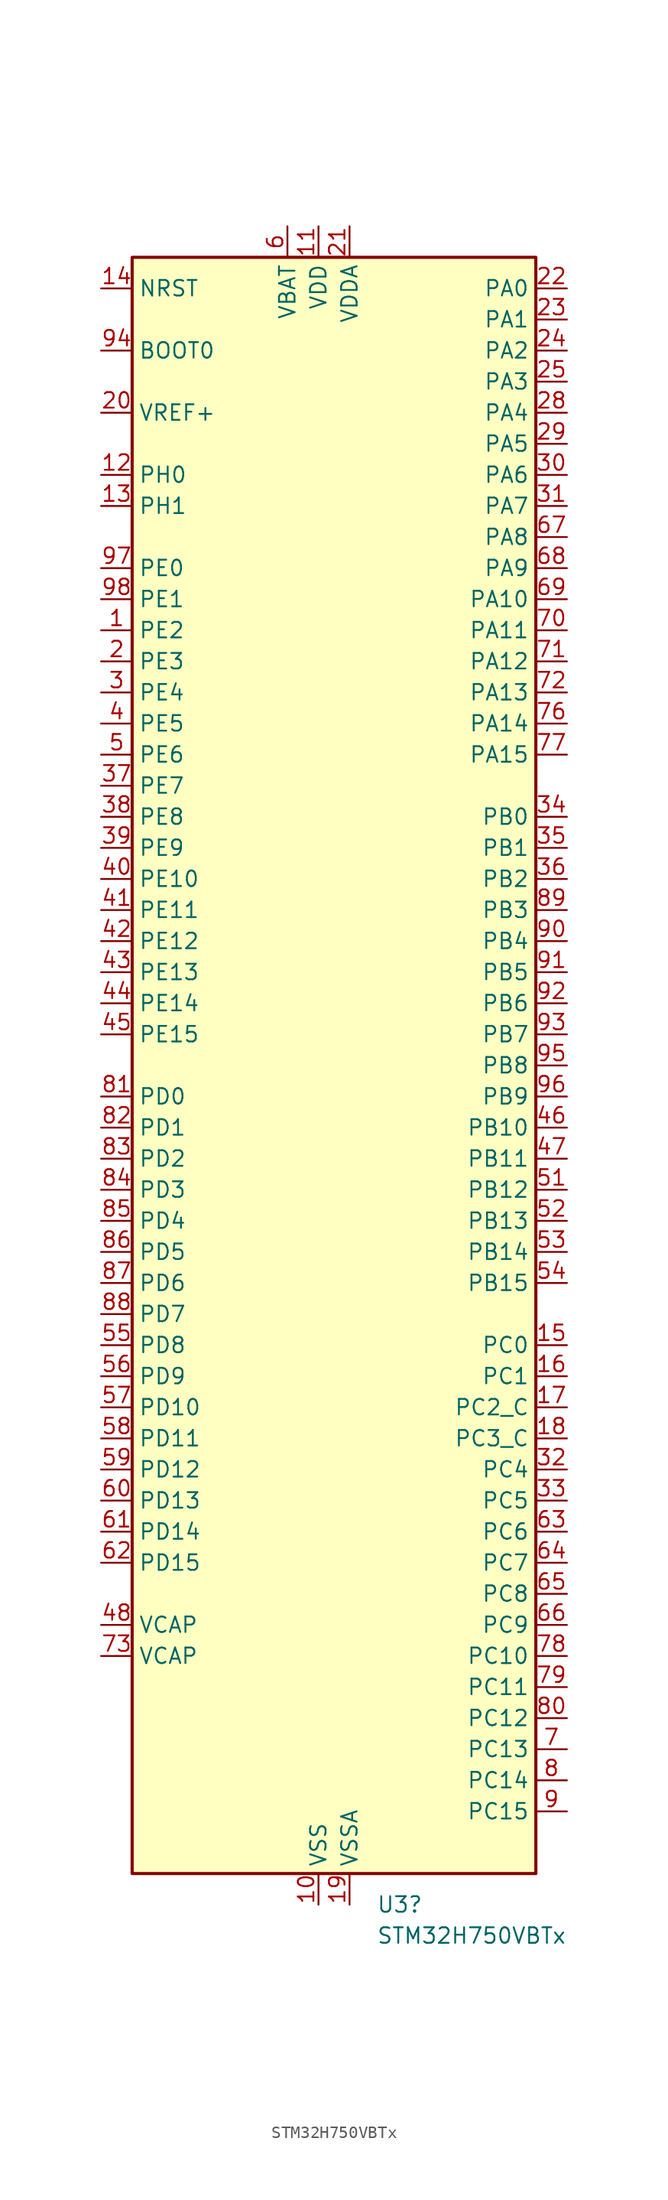
<source format=kicad_sym>
(kicad_symbol_lib
  (version 20241209)
  (generator "kicad_symbol_editor")
  (generator_version "9.0")
  (symbol "STM32H750VBTx"
    (property "Reference" "U3"
      (at 4.734 -68.58 0)
      (effects (font (size 1.27 1.27)) (justify left)))
    (property "Value" "STM32H750VBTx"
      (at 4.734 -71.12 0)
      (effects (font (size 1.27 1.27)) (justify left)))
    (symbol "STM32H750VBTx_0_1"
      (rectangle (start -15.24 66.04) (end 17.78 -66.04) (stroke (width 0.254) (type default)) (fill (type background))))
    (symbol "STM32H750VBTx_1_1"
      (pin input line (at -17.78 63.5 0) (length 2.54) (name "NRST" (effects (font (size 1.27 1.27)))) (number "14" (effects (font (size 1.27 1.27)))))
      (pin input line (at -17.78 58.42 0) (length 2.54) (name "BOOT0" (effects (font (size 1.27 1.27)))) (number "94" (effects (font (size 1.27 1.27)))))
      (pin input line (at -17.78 53.34 0) (length 2.54) (name "VREF+" (effects (font (size 1.27 1.27)))) (number "20" (effects (font (size 1.27 1.27)))) (alternate "VREFBUF_OUT" bidirectional line))
      (pin bidirectional line (at -17.78 48.26 0) (length 2.54) (name "PH0" (effects (font (size 1.27 1.27)))) (number "12" (effects (font (size 1.27 1.27)))) (alternate "RCC_OSC_IN" bidirectional line))
      (pin bidirectional line (at -17.78 45.72 0) (length 2.54) (name "PH1" (effects (font (size 1.27 1.27)))) (number "13" (effects (font (size 1.27 1.27)))) (alternate "RCC_OSC_OUT" bidirectional line))
      (pin bidirectional line (at -17.78 40.64 0) (length 2.54) (name "PE0" (effects (font (size 1.27 1.27)))) (number "97" (effects (font (size 1.27 1.27)))) (alternate "DCMI_D2" bidirectional line) (alternate "FMC_NBL0" bidirectional line) (alternate "HRTIM_SCIN" bidirectional line) (alternate "LPTIM1_ETR" bidirectional line) (alternate "LPTIM2_ETR" bidirectional line) (alternate "SAI2_MCLK_A" bidirectional line) (alternate "TIM4_ETR" bidirectional line) (alternate "UART8_RX" bidirectional line))
      (pin bidirectional line (at -17.78 38.1 0) (length 2.54) (name "PE1" (effects (font (size 1.27 1.27)))) (number "98" (effects (font (size 1.27 1.27)))) (alternate "DCMI_D3" bidirectional line) (alternate "FMC_NBL1" bidirectional line) (alternate "HRTIM_SCOUT" bidirectional line) (alternate "LPTIM1_IN2" bidirectional line) (alternate "UART8_TX" bidirectional line))
      (pin bidirectional line (at -17.78 35.56 0) (length 2.54) (name "PE2" (effects (font (size 1.27 1.27)))) (number "1" (effects (font (size 1.27 1.27)))) (alternate "DEBUG_TRACECLK" bidirectional line) (alternate "ETH_TXD3" bidirectional line) (alternate "FMC_A23" bidirectional line) (alternate "QUADSPI_BK1_IO2" bidirectional line) (alternate "SAI1_CK1" bidirectional line) (alternate "SAI1_MCLK_A" bidirectional line) (alternate "SAI4_CK1" bidirectional line) (alternate "SAI4_MCLK_A" bidirectional line) (alternate "SPI4_SCK" bidirectional line))
      (pin bidirectional line (at -17.78 33.02 0) (length 2.54) (name "PE3" (effects (font (size 1.27 1.27)))) (number "2" (effects (font (size 1.27 1.27)))) (alternate "DEBUG_TRACED0" bidirectional line) (alternate "FMC_A19" bidirectional line) (alternate "SAI1_SD_B" bidirectional line) (alternate "SAI4_SD_B" bidirectional line) (alternate "TIM15_BKIN" bidirectional line))
      (pin bidirectional line (at -17.78 30.48 0) (length 2.54) (name "PE4" (effects (font (size 1.27 1.27)))) (number "3" (effects (font (size 1.27 1.27)))) (alternate "DCMI_D4" bidirectional line) (alternate "DEBUG_TRACED1" bidirectional line) (alternate "DFSDM1_DATIN3" bidirectional line) (alternate "FMC_A20" bidirectional line) (alternate "LTDC_B0" bidirectional line) (alternate "SAI1_D2" bidirectional line) (alternate "SAI1_FS_A" bidirectional line) (alternate "SAI4_D2" bidirectional line) (alternate "SAI4_FS_A" bidirectional line) (alternate "SPI4_NSS" bidirectional line) (alternate "TIM15_CH1N" bidirectional line))
      (pin bidirectional line (at -17.78 27.94 0) (length 2.54) (name "PE5" (effects (font (size 1.27 1.27)))) (number "4" (effects (font (size 1.27 1.27)))) (alternate "DCMI_D6" bidirectional line) (alternate "DEBUG_TRACED2" bidirectional line) (alternate "DFSDM1_CKIN3" bidirectional line) (alternate "FMC_A21" bidirectional line) (alternate "LTDC_G0" bidirectional line) (alternate "SAI1_CK2" bidirectional line) (alternate "SAI1_SCK_A" bidirectional line) (alternate "SAI4_CK2" bidirectional line) (alternate "SAI4_SCK_A" bidirectional line) (alternate "SPI4_MISO" bidirectional line) (alternate "TIM15_CH1" bidirectional line))
      (pin bidirectional line (at -17.78 25.4 0) (length 2.54) (name "PE6" (effects (font (size 1.27 1.27)))) (number "5" (effects (font (size 1.27 1.27)))) (alternate "DCMI_D7" bidirectional line) (alternate "DEBUG_TRACED3" bidirectional line) (alternate "FMC_A22" bidirectional line) (alternate "LTDC_G1" bidirectional line) (alternate "SAI1_D1" bidirectional line) (alternate "SAI1_SD_A" bidirectional line) (alternate "SAI2_MCLK_B" bidirectional line) (alternate "SAI4_D1" bidirectional line) (alternate "SAI4_SD_A" bidirectional line) (alternate "SPI4_MOSI" bidirectional line) (alternate "TIM15_CH2" bidirectional line) (alternate "TIM1_BKIN2" bidirectional line) (alternate "TIM1_BKIN2_COMP1" bidirectional line) (alternate "TIM1_BKIN2_COMP2" bidirectional line))
      (pin bidirectional line (at -17.78 22.86 0) (length 2.54) (name "PE7" (effects (font (size 1.27 1.27)))) (number "37" (effects (font (size 1.27 1.27)))) (alternate "COMP2_INM" bidirectional line) (alternate "DFSDM1_DATIN2" bidirectional line) (alternate "FMC_D4" bidirectional line) (alternate "FMC_DA4" bidirectional line) (alternate "OPAMP2_VOUT" bidirectional line) (alternate "QUADSPI_BK2_IO0" bidirectional line) (alternate "TIM1_ETR" bidirectional line) (alternate "UART7_RX" bidirectional line))
      (pin bidirectional line (at -17.78 20.32 0) (length 2.54) (name "PE8" (effects (font (size 1.27 1.27)))) (number "38" (effects (font (size 1.27 1.27)))) (alternate "COMP2_OUT" bidirectional line) (alternate "DFSDM1_CKIN2" bidirectional line) (alternate "FMC_D5" bidirectional line) (alternate "FMC_DA5" bidirectional line) (alternate "OPAMP2_VINM" bidirectional line) (alternate "OPAMP2_VINM0" bidirectional line) (alternate "QUADSPI_BK2_IO1" bidirectional line) (alternate "TIM1_CH1N" bidirectional line) (alternate "UART7_TX" bidirectional line))
      (pin bidirectional line (at -17.78 17.78 0) (length 2.54) (name "PE9" (effects (font (size 1.27 1.27)))) (number "39" (effects (font (size 1.27 1.27)))) (alternate "COMP2_INP" bidirectional line) (alternate "DAC1_EXTI9" bidirectional line) (alternate "DFSDM1_CKOUT" bidirectional line) (alternate "FMC_D6" bidirectional line) (alternate "FMC_DA6" bidirectional line) (alternate "OPAMP2_VINP" bidirectional line) (alternate "QUADSPI_BK2_IO2" bidirectional line) (alternate "TIM1_CH1" bidirectional line) (alternate "UART7_DE" bidirectional line) (alternate "UART7_RTS" bidirectional line))
      (pin bidirectional line (at -17.78 15.24 0) (length 2.54) (name "PE10" (effects (font (size 1.27 1.27)))) (number "40" (effects (font (size 1.27 1.27)))) (alternate "COMP2_INM" bidirectional line) (alternate "DFSDM1_DATIN4" bidirectional line) (alternate "FMC_D7" bidirectional line) (alternate "FMC_DA7" bidirectional line) (alternate "QUADSPI_BK2_IO3" bidirectional line) (alternate "TIM1_CH2N" bidirectional line) (alternate "UART7_CTS" bidirectional line))
      (pin bidirectional line (at -17.78 12.7 0) (length 2.54) (name "PE11" (effects (font (size 1.27 1.27)))) (number "41" (effects (font (size 1.27 1.27)))) (alternate "ADC1_EXTI11" bidirectional line) (alternate "ADC2_EXTI11" bidirectional line) (alternate "ADC3_EXTI11" bidirectional line) (alternate "COMP2_INP" bidirectional line) (alternate "DFSDM1_CKIN4" bidirectional line) (alternate "FMC_D8" bidirectional line) (alternate "FMC_DA8" bidirectional line) (alternate "LTDC_G3" bidirectional line) (alternate "SAI2_SD_B" bidirectional line) (alternate "SPI4_NSS" bidirectional line) (alternate "TIM1_CH2" bidirectional line))
      (pin bidirectional line (at -17.78 10.16 0) (length 2.54) (name "PE12" (effects (font (size 1.27 1.27)))) (number "42" (effects (font (size 1.27 1.27)))) (alternate "COMP1_OUT" bidirectional line) (alternate "DFSDM1_DATIN5" bidirectional line) (alternate "FMC_D9" bidirectional line) (alternate "FMC_DA9" bidirectional line) (alternate "LTDC_B4" bidirectional line) (alternate "SAI2_SCK_B" bidirectional line) (alternate "SPI4_SCK" bidirectional line) (alternate "TIM1_CH3N" bidirectional line))
      (pin bidirectional line (at -17.78 7.62 0) (length 2.54) (name "PE13" (effects (font (size 1.27 1.27)))) (number "43" (effects (font (size 1.27 1.27)))) (alternate "COMP2_OUT" bidirectional line) (alternate "DFSDM1_CKIN5" bidirectional line) (alternate "FMC_D10" bidirectional line) (alternate "FMC_DA10" bidirectional line) (alternate "LTDC_DE" bidirectional line) (alternate "SAI2_FS_B" bidirectional line) (alternate "SPI4_MISO" bidirectional line) (alternate "TIM1_CH3" bidirectional line))
      (pin bidirectional line (at -17.78 5.08 0) (length 2.54) (name "PE14" (effects (font (size 1.27 1.27)))) (number "44" (effects (font (size 1.27 1.27)))) (alternate "FMC_D11" bidirectional line) (alternate "FMC_DA11" bidirectional line) (alternate "LTDC_CLK" bidirectional line) (alternate "SAI2_MCLK_B" bidirectional line) (alternate "SPI4_MOSI" bidirectional line) (alternate "TIM1_CH4" bidirectional line))
      (pin bidirectional line (at -17.78 2.54 0) (length 2.54) (name "PE15" (effects (font (size 1.27 1.27)))) (number "45" (effects (font (size 1.27 1.27)))) (alternate "ADC1_EXTI15" bidirectional line) (alternate "ADC2_EXTI15" bidirectional line) (alternate "ADC3_EXTI15" bidirectional line) (alternate "FMC_D12" bidirectional line) (alternate "FMC_DA12" bidirectional line) (alternate "LTDC_R7" bidirectional line) (alternate "TIM1_BKIN" bidirectional line) (alternate "TIM1_BKIN_COMP1" bidirectional line) (alternate "TIM1_BKIN_COMP2" bidirectional line))
      (pin bidirectional line (at -17.78 -2.54 0) (length 2.54) (name "PD0" (effects (font (size 1.27 1.27)))) (number "81" (effects (font (size 1.27 1.27)))) (alternate "DFSDM1_CKIN6" bidirectional line) (alternate "FDCAN1_RX" bidirectional line) (alternate "FMC_D2" bidirectional line) (alternate "FMC_DA2" bidirectional line) (alternate "SAI3_SCK_A" bidirectional line) (alternate "UART4_RX" bidirectional line))
      (pin bidirectional line (at -17.78 -5.08 0) (length 2.54) (name "PD1" (effects (font (size 1.27 1.27)))) (number "82" (effects (font (size 1.27 1.27)))) (alternate "DFSDM1_DATIN6" bidirectional line) (alternate "FDCAN1_TX" bidirectional line) (alternate "FMC_D3" bidirectional line) (alternate "FMC_DA3" bidirectional line) (alternate "SAI3_SD_A" bidirectional line) (alternate "UART4_TX" bidirectional line))
      (pin bidirectional line (at -17.78 -7.62 0) (length 2.54) (name "PD2" (effects (font (size 1.27 1.27)))) (number "83" (effects (font (size 1.27 1.27)))) (alternate "DCMI_D11" bidirectional line) (alternate "DEBUG_TRACED2" bidirectional line) (alternate "SDMMC1_CMD" bidirectional line) (alternate "TIM3_ETR" bidirectional line) (alternate "UART5_RX" bidirectional line))
      (pin bidirectional line (at -17.78 -10.16 0) (length 2.54) (name "PD3" (effects (font (size 1.27 1.27)))) (number "84" (effects (font (size 1.27 1.27)))) (alternate "DCMI_D5" bidirectional line) (alternate "DFSDM1_CKOUT" bidirectional line) (alternate "FMC_CLK" bidirectional line) (alternate "I2S2_CK" bidirectional line) (alternate "LTDC_G7" bidirectional line) (alternate "SPI2_SCK" bidirectional line) (alternate "USART2_CTS" bidirectional line) (alternate "USART2_NSS" bidirectional line))
      (pin bidirectional line (at -17.78 -12.7 0) (length 2.54) (name "PD4" (effects (font (size 1.27 1.27)))) (number "85" (effects (font (size 1.27 1.27)))) (alternate "FMC_NOE" bidirectional line) (alternate "HRTIM_FLT3" bidirectional line) (alternate "SAI3_FS_A" bidirectional line) (alternate "USART2_DE" bidirectional line) (alternate "USART2_RTS" bidirectional line))
      (pin bidirectional line (at -17.78 -15.24 0) (length 2.54) (name "PD5" (effects (font (size 1.27 1.27)))) (number "86" (effects (font (size 1.27 1.27)))) (alternate "FMC_NWE" bidirectional line) (alternate "HRTIM_EEV3" bidirectional line) (alternate "USART2_TX" bidirectional line))
      (pin bidirectional line (at -17.78 -17.78 0) (length 2.54) (name "PD6" (effects (font (size 1.27 1.27)))) (number "87" (effects (font (size 1.27 1.27)))) (alternate "DCMI_D10" bidirectional line) (alternate "DFSDM1_CKIN4" bidirectional line) (alternate "DFSDM1_DATIN1" bidirectional line) (alternate "FMC_NWAIT" bidirectional line) (alternate "I2S3_SDO" bidirectional line) (alternate "LTDC_B2" bidirectional line) (alternate "SAI1_D1" bidirectional line) (alternate "SAI1_SD_A" bidirectional line) (alternate "SAI4_D1" bidirectional line) (alternate "SAI4_SD_A" bidirectional line) (alternate "SDMMC2_CK" bidirectional line) (alternate "SPI3_MOSI" bidirectional line) (alternate "USART2_RX" bidirectional line))
      (pin bidirectional line (at -17.78 -20.32 0) (length 2.54) (name "PD7" (effects (font (size 1.27 1.27)))) (number "88" (effects (font (size 1.27 1.27)))) (alternate "DFSDM1_CKIN1" bidirectional line) (alternate "DFSDM1_DATIN4" bidirectional line) (alternate "FMC_NE1" bidirectional line) (alternate "I2S1_SDO" bidirectional line) (alternate "SDMMC2_CMD" bidirectional line) (alternate "SPDIFRX1_IN0" bidirectional line) (alternate "SPI1_MOSI" bidirectional line) (alternate "USART2_CK" bidirectional line))
      (pin bidirectional line (at -17.78 -22.86 0) (length 2.54) (name "PD8" (effects (font (size 1.27 1.27)))) (number "55" (effects (font (size 1.27 1.27)))) (alternate "DFSDM1_CKIN3" bidirectional line) (alternate "FMC_D13" bidirectional line) (alternate "FMC_DA13" bidirectional line) (alternate "SAI3_SCK_B" bidirectional line) (alternate "SPDIFRX1_IN1" bidirectional line) (alternate "USART3_TX" bidirectional line))
      (pin bidirectional line (at -17.78 -25.4 0) (length 2.54) (name "PD9" (effects (font (size 1.27 1.27)))) (number "56" (effects (font (size 1.27 1.27)))) (alternate "DAC1_EXTI9" bidirectional line) (alternate "DFSDM1_DATIN3" bidirectional line) (alternate "FMC_D14" bidirectional line) (alternate "FMC_DA14" bidirectional line) (alternate "SAI3_SD_B" bidirectional line) (alternate "USART3_RX" bidirectional line))
      (pin bidirectional line (at -17.78 -27.94 0) (length 2.54) (name "PD10" (effects (font (size 1.27 1.27)))) (number "57" (effects (font (size 1.27 1.27)))) (alternate "DFSDM1_CKOUT" bidirectional line) (alternate "FMC_D15" bidirectional line) (alternate "FMC_DA15" bidirectional line) (alternate "LTDC_B3" bidirectional line) (alternate "SAI3_FS_B" bidirectional line) (alternate "USART3_CK" bidirectional line))
      (pin bidirectional line (at -17.78 -30.48 0) (length 2.54) (name "PD11" (effects (font (size 1.27 1.27)))) (number "58" (effects (font (size 1.27 1.27)))) (alternate "ADC1_EXTI11" bidirectional line) (alternate "ADC2_EXTI11" bidirectional line) (alternate "ADC3_EXTI11" bidirectional line) (alternate "FMC_A16" bidirectional line) (alternate "FMC_CLE" bidirectional line) (alternate "I2C4_SMBA" bidirectional line) (alternate "LPTIM2_IN2" bidirectional line) (alternate "QUADSPI_BK1_IO0" bidirectional line) (alternate "SAI2_SD_A" bidirectional line) (alternate "USART3_CTS" bidirectional line) (alternate "USART3_NSS" bidirectional line))
      (pin bidirectional line (at -17.78 -33.02 0) (length 2.54) (name "PD12" (effects (font (size 1.27 1.27)))) (number "59" (effects (font (size 1.27 1.27)))) (alternate "FMC_A17" bidirectional line) (alternate "FMC_ALE" bidirectional line) (alternate "I2C4_SCL" bidirectional line) (alternate "LPTIM1_IN1" bidirectional line) (alternate "LPTIM2_IN1" bidirectional line) (alternate "QUADSPI_BK1_IO1" bidirectional line) (alternate "SAI2_FS_A" bidirectional line) (alternate "TIM4_CH1" bidirectional line) (alternate "USART3_DE" bidirectional line) (alternate "USART3_RTS" bidirectional line))
      (pin bidirectional line (at -17.78 -35.56 0) (length 2.54) (name "PD13" (effects (font (size 1.27 1.27)))) (number "60" (effects (font (size 1.27 1.27)))) (alternate "FMC_A18" bidirectional line) (alternate "I2C4_SDA" bidirectional line) (alternate "LPTIM1_OUT" bidirectional line) (alternate "QUADSPI_BK1_IO3" bidirectional line) (alternate "SAI2_SCK_A" bidirectional line) (alternate "TIM4_CH2" bidirectional line))
      (pin bidirectional line (at -17.78 -38.1 0) (length 2.54) (name "PD14" (effects (font (size 1.27 1.27)))) (number "61" (effects (font (size 1.27 1.27)))) (alternate "FMC_D0" bidirectional line) (alternate "FMC_DA0" bidirectional line) (alternate "SAI3_MCLK_B" bidirectional line) (alternate "TIM4_CH3" bidirectional line) (alternate "UART8_CTS" bidirectional line))
      (pin bidirectional line (at -17.78 -40.64 0) (length 2.54) (name "PD15" (effects (font (size 1.27 1.27)))) (number "62" (effects (font (size 1.27 1.27)))) (alternate "ADC1_EXTI15" bidirectional line) (alternate "ADC2_EXTI15" bidirectional line) (alternate "ADC3_EXTI15" bidirectional line) (alternate "FMC_D1" bidirectional line) (alternate "FMC_DA1" bidirectional line) (alternate "SAI3_MCLK_A" bidirectional line) (alternate "TIM4_CH4" bidirectional line) (alternate "UART8_DE" bidirectional line) (alternate "UART8_RTS" bidirectional line))
      (pin power_out line (at -17.78 -45.72 0) (length 2.54) (name "VCAP" (effects (font (size 1.27 1.27)))) (number "48" (effects (font (size 1.27 1.27)))))
      (pin power_out line (at -17.78 -48.26 0) (length 2.54) (name "VCAP" (effects (font (size 1.27 1.27)))) (number "73" (effects (font (size 1.27 1.27)))))
      (pin power_in line (at -2.54 68.58 270) (length 2.54) (name "VBAT" (effects (font (size 1.27 1.27)))) (number "6" (effects (font (size 1.27 1.27)))))
      (pin power_in line (at 0 68.58 270) (length 2.54) (hide yes) (name "VDD" (effects (font (size 1.27 1.27)))) (number "100" (effects (font (size 1.27 1.27)))))
      (pin power_in line (at 0 68.58 270) (length 2.54) (name "VDD" (effects (font (size 1.27 1.27)))) (number "11" (effects (font (size 1.27 1.27)))))
      (pin power_in line (at 0 68.58 270) (length 2.54) (hide yes) (name "VDD" (effects (font (size 1.27 1.27)))) (number "27" (effects (font (size 1.27 1.27)))))
      (pin power_in line (at 0 68.58 270) (length 2.54) (hide yes) (name "VDD" (effects (font (size 1.27 1.27)))) (number "50" (effects (font (size 1.27 1.27)))))
      (pin power_in line (at 0 68.58 270) (length 2.54) (hide yes) (name "VDD" (effects (font (size 1.27 1.27)))) (number "75" (effects (font (size 1.27 1.27)))))
      (pin power_in line (at 0 -68.58 90) (length 2.54) (name "VSS" (effects (font (size 1.27 1.27)))) (number "10" (effects (font (size 1.27 1.27)))))
      (pin passive line (at 0 -68.58 90) (length 2.54) (hide yes) (name "VSS" (effects (font (size 1.27 1.27)))) (number "26" (effects (font (size 1.27 1.27)))))
      (pin passive line (at 0 -68.58 90) (length 2.54) (hide yes) (name "VSS" (effects (font (size 1.27 1.27)))) (number "49" (effects (font (size 1.27 1.27)))))
      (pin passive line (at 0 -68.58 90) (length 2.54) (hide yes) (name "VSS" (effects (font (size 1.27 1.27)))) (number "74" (effects (font (size 1.27 1.27)))))
      (pin passive line (at 0 -68.58 90) (length 2.54) (hide yes) (name "VSS" (effects (font (size 1.27 1.27)))) (number "99" (effects (font (size 1.27 1.27)))))
      (pin power_in line (at 2.54 68.58 270) (length 2.54) (name "VDDA" (effects (font (size 1.27 1.27)))) (number "21" (effects (font (size 1.27 1.27)))))
      (pin power_in line (at 2.54 -68.58 90) (length 2.54) (name "VSSA" (effects (font (size 1.27 1.27)))) (number "19" (effects (font (size 1.27 1.27)))))
      (pin bidirectional line (at 20.32 63.5 180) (length 2.54) (name "PA0" (effects (font (size 1.27 1.27)))) (number "22" (effects (font (size 1.27 1.27)))) (alternate "ADC1_INP16" bidirectional line) (alternate "ETH_CRS" bidirectional line) (alternate "PWR_WKUP1" bidirectional line) (alternate "SAI2_SD_B" bidirectional line) (alternate "SDMMC2_CMD" bidirectional line) (alternate "TIM15_BKIN" bidirectional line) (alternate "TIM2_CH1" bidirectional line) (alternate "TIM2_ETR" bidirectional line) (alternate "TIM5_CH1" bidirectional line) (alternate "TIM8_ETR" bidirectional line) (alternate "UART4_TX" bidirectional line) (alternate "USART2_CTS" bidirectional line) (alternate "USART2_NSS" bidirectional line))
      (pin bidirectional line (at 20.32 60.96 180) (length 2.54) (name "PA1" (effects (font (size 1.27 1.27)))) (number "23" (effects (font (size 1.27 1.27)))) (alternate "ADC1_INN16" bidirectional line) (alternate "ADC1_INP17" bidirectional line) (alternate "ETH_REF_CLK" bidirectional line) (alternate "ETH_RX_CLK" bidirectional line) (alternate "LPTIM3_OUT" bidirectional line) (alternate "LTDC_R2" bidirectional line) (alternate "QUADSPI_BK1_IO3" bidirectional line) (alternate "SAI2_MCLK_B" bidirectional line) (alternate "TIM15_CH1N" bidirectional line) (alternate "TIM2_CH2" bidirectional line) (alternate "TIM5_CH2" bidirectional line) (alternate "UART4_RX" bidirectional line) (alternate "USART2_DE" bidirectional line) (alternate "USART2_RTS" bidirectional line))
      (pin bidirectional line (at 20.32 58.42 180) (length 2.54) (name "PA2" (effects (font (size 1.27 1.27)))) (number "24" (effects (font (size 1.27 1.27)))) (alternate "ADC1_INP14" bidirectional line) (alternate "ADC2_INP14" bidirectional line) (alternate "ETH_MDIO" bidirectional line) (alternate "LPTIM4_OUT" bidirectional line) (alternate "LTDC_R1" bidirectional line) (alternate "MDIOS_MDIO" bidirectional line) (alternate "PWR_WKUP2" bidirectional line) (alternate "SAI2_SCK_B" bidirectional line) (alternate "TIM15_CH1" bidirectional line) (alternate "TIM2_CH3" bidirectional line) (alternate "TIM5_CH3" bidirectional line) (alternate "USART2_TX" bidirectional line))
      (pin bidirectional line (at 20.32 55.88 180) (length 2.54) (name "PA3" (effects (font (size 1.27 1.27)))) (number "25" (effects (font (size 1.27 1.27)))) (alternate "ADC1_INP15" bidirectional line) (alternate "ADC2_INP15" bidirectional line) (alternate "ETH_COL" bidirectional line) (alternate "LPTIM5_OUT" bidirectional line) (alternate "LTDC_B2" bidirectional line) (alternate "LTDC_B5" bidirectional line) (alternate "TIM15_CH2" bidirectional line) (alternate "TIM2_CH4" bidirectional line) (alternate "TIM5_CH4" bidirectional line) (alternate "USART2_RX" bidirectional line) (alternate "USB_OTG_HS_ULPI_D0" bidirectional line))
      (pin bidirectional line (at 20.32 53.34 180) (length 2.54) (name "PA4" (effects (font (size 1.27 1.27)))) (number "28" (effects (font (size 1.27 1.27)))) (alternate "ADC1_INP18" bidirectional line) (alternate "ADC2_INP18" bidirectional line) (alternate "DAC1_OUT1" bidirectional line) (alternate "DCMI_HSYNC" bidirectional line) (alternate "I2S1_WS" bidirectional line) (alternate "I2S3_WS" bidirectional line) (alternate "LTDC_VSYNC" bidirectional line) (alternate "SPI1_NSS" bidirectional line) (alternate "SPI3_NSS" bidirectional line) (alternate "SPI6_NSS" bidirectional line) (alternate "TIM5_ETR" bidirectional line) (alternate "USART2_CK" bidirectional line) (alternate "USB_OTG_HS_SOF" bidirectional line))
      (pin bidirectional line (at 20.32 50.8 180) (length 2.54) (name "PA5" (effects (font (size 1.27 1.27)))) (number "29" (effects (font (size 1.27 1.27)))) (alternate "ADC1_INN18" bidirectional line) (alternate "ADC1_INP19" bidirectional line) (alternate "ADC2_INN18" bidirectional line) (alternate "ADC2_INP19" bidirectional line) (alternate "DAC1_OUT2" bidirectional line) (alternate "I2S1_CK" bidirectional line) (alternate "LTDC_R4" bidirectional line) (alternate "PWR_NDSTOP2" bidirectional line) (alternate "SPI1_SCK" bidirectional line) (alternate "SPI6_SCK" bidirectional line) (alternate "TIM2_CH1" bidirectional line) (alternate "TIM2_ETR" bidirectional line) (alternate "TIM8_CH1N" bidirectional line) (alternate "USB_OTG_HS_ULPI_CK" bidirectional line))
      (pin bidirectional line (at 20.32 48.26 180) (length 2.54) (name "PA6" (effects (font (size 1.27 1.27)))) (number "30" (effects (font (size 1.27 1.27)))) (alternate "ADC1_INP3" bidirectional line) (alternate "ADC2_INP3" bidirectional line) (alternate "DCMI_PIXCLK" bidirectional line) (alternate "I2S1_SDI" bidirectional line) (alternate "LTDC_G2" bidirectional line) (alternate "MDIOS_MDC" bidirectional line) (alternate "SPI1_MISO" bidirectional line) (alternate "SPI6_MISO" bidirectional line) (alternate "TIM13_CH1" bidirectional line) (alternate "TIM1_BKIN" bidirectional line) (alternate "TIM1_BKIN_COMP1" bidirectional line) (alternate "TIM1_BKIN_COMP2" bidirectional line) (alternate "TIM3_CH1" bidirectional line) (alternate "TIM8_BKIN" bidirectional line) (alternate "TIM8_BKIN_COMP1" bidirectional line) (alternate "TIM8_BKIN_COMP2" bidirectional line))
      (pin bidirectional line (at 20.32 45.72 180) (length 2.54) (name "PA7" (effects (font (size 1.27 1.27)))) (number "31" (effects (font (size 1.27 1.27)))) (alternate "ADC1_INN3" bidirectional line) (alternate "ADC1_INP7" bidirectional line) (alternate "ADC2_INN3" bidirectional line) (alternate "ADC2_INP7" bidirectional line) (alternate "ETH_CRS_DV" bidirectional line) (alternate "ETH_RX_DV" bidirectional line) (alternate "FMC_SDNWE" bidirectional line) (alternate "I2S1_SDO" bidirectional line) (alternate "OPAMP1_VINM" bidirectional line) (alternate "OPAMP1_VINM1" bidirectional line) (alternate "SPI1_MOSI" bidirectional line) (alternate "SPI6_MOSI" bidirectional line) (alternate "TIM14_CH1" bidirectional line) (alternate "TIM1_CH1N" bidirectional line) (alternate "TIM3_CH2" bidirectional line) (alternate "TIM8_CH1N" bidirectional line))
      (pin bidirectional line (at 20.32 43.18 180) (length 2.54) (name "PA8" (effects (font (size 1.27 1.27)))) (number "67" (effects (font (size 1.27 1.27)))) (alternate "HRTIM_CHB2" bidirectional line) (alternate "I2C3_SCL" bidirectional line) (alternate "LTDC_B3" bidirectional line) (alternate "LTDC_R6" bidirectional line) (alternate "RCC_MCO_1" bidirectional line) (alternate "TIM1_CH1" bidirectional line) (alternate "TIM8_BKIN2" bidirectional line) (alternate "TIM8_BKIN2_COMP1" bidirectional line) (alternate "TIM8_BKIN2_COMP2" bidirectional line) (alternate "UART7_RX" bidirectional line) (alternate "USART1_CK" bidirectional line) (alternate "USB_OTG_FS_SOF" bidirectional line))
      (pin bidirectional line (at 20.32 40.64 180) (length 2.54) (name "PA9" (effects (font (size 1.27 1.27)))) (number "68" (effects (font (size 1.27 1.27)))) (alternate "DAC1_EXTI9" bidirectional line) (alternate "DCMI_D0" bidirectional line) (alternate "HRTIM_CHC1" bidirectional line) (alternate "I2C3_SMBA" bidirectional line) (alternate "I2S2_CK" bidirectional line) (alternate "LPUART1_TX" bidirectional line) (alternate "LTDC_R5" bidirectional line) (alternate "SPI2_SCK" bidirectional line) (alternate "TIM1_CH2" bidirectional line) (alternate "USART1_TX" bidirectional line) (alternate "USB_OTG_FS_VBUS" bidirectional line))
      (pin bidirectional line (at 20.32 38.1 180) (length 2.54) (name "PA10" (effects (font (size 1.27 1.27)))) (number "69" (effects (font (size 1.27 1.27)))) (alternate "DCMI_D1" bidirectional line) (alternate "HRTIM_CHC2" bidirectional line) (alternate "LPUART1_RX" bidirectional line) (alternate "LTDC_B1" bidirectional line) (alternate "LTDC_B4" bidirectional line) (alternate "MDIOS_MDIO" bidirectional line) (alternate "TIM1_CH3" bidirectional line) (alternate "USART1_RX" bidirectional line) (alternate "USB_OTG_FS_ID" bidirectional line))
      (pin bidirectional line (at 20.32 35.56 180) (length 2.54) (name "PA11" (effects (font (size 1.27 1.27)))) (number "70" (effects (font (size 1.27 1.27)))) (alternate "ADC1_EXTI11" bidirectional line) (alternate "ADC2_EXTI11" bidirectional line) (alternate "ADC3_EXTI11" bidirectional line) (alternate "FDCAN1_RX" bidirectional line) (alternate "HRTIM_CHD1" bidirectional line) (alternate "I2S2_WS" bidirectional line) (alternate "LPUART1_CTS" bidirectional line) (alternate "LTDC_R4" bidirectional line) (alternate "SPI2_NSS" bidirectional line) (alternate "TIM1_CH4" bidirectional line) (alternate "UART4_RX" bidirectional line) (alternate "USART1_CTS" bidirectional line) (alternate "USART1_NSS" bidirectional line) (alternate "USB_OTG_FS_DM" bidirectional line))
      (pin bidirectional line (at 20.32 33.02 180) (length 2.54) (name "PA12" (effects (font (size 1.27 1.27)))) (number "71" (effects (font (size 1.27 1.27)))) (alternate "FDCAN1_TX" bidirectional line) (alternate "HRTIM_CHD2" bidirectional line) (alternate "I2S2_CK" bidirectional line) (alternate "LPUART1_DE" bidirectional line) (alternate "LPUART1_RTS" bidirectional line) (alternate "LTDC_R5" bidirectional line) (alternate "SAI2_FS_B" bidirectional line) (alternate "SPI2_SCK" bidirectional line) (alternate "TIM1_ETR" bidirectional line) (alternate "UART4_TX" bidirectional line) (alternate "USART1_DE" bidirectional line) (alternate "USART1_RTS" bidirectional line) (alternate "USB_OTG_FS_DP" bidirectional line))
      (pin bidirectional line (at 20.32 30.48 180) (length 2.54) (name "PA13" (effects (font (size 1.27 1.27)))) (number "72" (effects (font (size 1.27 1.27)))) (alternate "DEBUG_JTMS-SWDIO" bidirectional line))
      (pin bidirectional line (at 20.32 27.94 180) (length 2.54) (name "PA14" (effects (font (size 1.27 1.27)))) (number "76" (effects (font (size 1.27 1.27)))) (alternate "DEBUG_JTCK-SWCLK" bidirectional line))
      (pin bidirectional line (at 20.32 25.4 180) (length 2.54) (name "PA15" (effects (font (size 1.27 1.27)))) (number "77" (effects (font (size 1.27 1.27)))) (alternate "ADC1_EXTI15" bidirectional line) (alternate "ADC2_EXTI15" bidirectional line) (alternate "ADC3_EXTI15" bidirectional line) (alternate "CEC" bidirectional line) (alternate "DEBUG_JTDI" bidirectional line) (alternate "HRTIM_FLT1" bidirectional line) (alternate "I2S1_WS" bidirectional line) (alternate "I2S3_WS" bidirectional line) (alternate "SPI1_NSS" bidirectional line) (alternate "SPI3_NSS" bidirectional line) (alternate "SPI6_NSS" bidirectional line) (alternate "TIM2_CH1" bidirectional line) (alternate "TIM2_ETR" bidirectional line) (alternate "UART4_DE" bidirectional line) (alternate "UART4_RTS" bidirectional line) (alternate "UART7_TX" bidirectional line))
      (pin bidirectional line (at 20.32 20.32 180) (length 2.54) (name "PB0" (effects (font (size 1.27 1.27)))) (number "34" (effects (font (size 1.27 1.27)))) (alternate "ADC1_INN5" bidirectional line) (alternate "ADC1_INP9" bidirectional line) (alternate "ADC2_INN5" bidirectional line) (alternate "ADC2_INP9" bidirectional line) (alternate "COMP1_INP" bidirectional line) (alternate "DFSDM1_CKOUT" bidirectional line) (alternate "ETH_RXD2" bidirectional line) (alternate "LTDC_G1" bidirectional line) (alternate "LTDC_R3" bidirectional line) (alternate "OPAMP1_VINP" bidirectional line) (alternate "TIM1_CH2N" bidirectional line) (alternate "TIM3_CH3" bidirectional line) (alternate "TIM8_CH2N" bidirectional line) (alternate "UART4_CTS" bidirectional line) (alternate "USB_OTG_HS_ULPI_D1" bidirectional line))
      (pin bidirectional line (at 20.32 17.78 180) (length 2.54) (name "PB1" (effects (font (size 1.27 1.27)))) (number "35" (effects (font (size 1.27 1.27)))) (alternate "ADC1_INP5" bidirectional line) (alternate "ADC2_INP5" bidirectional line) (alternate "COMP1_INM" bidirectional line) (alternate "DFSDM1_DATIN1" bidirectional line) (alternate "ETH_RXD3" bidirectional line) (alternate "LTDC_G0" bidirectional line) (alternate "LTDC_R6" bidirectional line) (alternate "TIM1_CH3N" bidirectional line) (alternate "TIM3_CH4" bidirectional line) (alternate "TIM8_CH3N" bidirectional line) (alternate "USB_OTG_HS_ULPI_D2" bidirectional line))
      (pin bidirectional line (at 20.32 15.24 180) (length 2.54) (name "PB2" (effects (font (size 1.27 1.27)))) (number "36" (effects (font (size 1.27 1.27)))) (alternate "COMP1_INP" bidirectional line) (alternate "DFSDM1_CKIN1" bidirectional line) (alternate "I2S3_SDO" bidirectional line) (alternate "QUADSPI_CLK" bidirectional line) (alternate "RTC_OUT_ALARM" bidirectional line) (alternate "RTC_OUT_CALIB" bidirectional line) (alternate "SAI1_D1" bidirectional line) (alternate "SAI1_SD_A" bidirectional line) (alternate "SAI4_D1" bidirectional line) (alternate "SAI4_SD_A" bidirectional line) (alternate "SPI3_MOSI" bidirectional line))
      (pin bidirectional line (at 20.32 12.7 180) (length 2.54) (name "PB3" (effects (font (size 1.27 1.27)))) (number "89" (effects (font (size 1.27 1.27)))) (alternate "CRS_SYNC" bidirectional line) (alternate "DEBUG_JTDO-SWO" bidirectional line) (alternate "HRTIM_FLT4" bidirectional line) (alternate "I2S1_CK" bidirectional line) (alternate "I2S3_CK" bidirectional line) (alternate "SDMMC2_D2" bidirectional line) (alternate "SPI1_SCK" bidirectional line) (alternate "SPI3_SCK" bidirectional line) (alternate "SPI6_SCK" bidirectional line) (alternate "TIM2_CH2" bidirectional line) (alternate "UART7_RX" bidirectional line))
      (pin bidirectional line (at 20.32 10.16 180) (length 2.54) (name "PB4" (effects (font (size 1.27 1.27)))) (number "90" (effects (font (size 1.27 1.27)))) (alternate "DEBUG_JTRST" bidirectional line) (alternate "HRTIM_EEV6" bidirectional line) (alternate "I2S1_SDI" bidirectional line) (alternate "I2S2_WS" bidirectional line) (alternate "I2S3_SDI" bidirectional line) (alternate "SDMMC2_D3" bidirectional line) (alternate "SPI1_MISO" bidirectional line) (alternate "SPI2_NSS" bidirectional line) (alternate "SPI3_MISO" bidirectional line) (alternate "SPI6_MISO" bidirectional line) (alternate "TIM16_BKIN" bidirectional line) (alternate "TIM3_CH1" bidirectional line) (alternate "UART7_TX" bidirectional line))
      (pin bidirectional line (at 20.32 7.62 180) (length 2.54) (name "PB5" (effects (font (size 1.27 1.27)))) (number "91" (effects (font (size 1.27 1.27)))) (alternate "DCMI_D10" bidirectional line) (alternate "ETH_PPS_OUT" bidirectional line) (alternate "FDCAN2_RX" bidirectional line) (alternate "FMC_SDCKE1" bidirectional line) (alternate "HRTIM_EEV7" bidirectional line) (alternate "I2C1_SMBA" bidirectional line) (alternate "I2C4_SMBA" bidirectional line) (alternate "I2S1_SDO" bidirectional line) (alternate "I2S3_SDO" bidirectional line) (alternate "SPI1_MOSI" bidirectional line) (alternate "SPI3_MOSI" bidirectional line) (alternate "SPI6_MOSI" bidirectional line) (alternate "TIM17_BKIN" bidirectional line) (alternate "TIM3_CH2" bidirectional line) (alternate "UART5_RX" bidirectional line) (alternate "USB_OTG_HS_ULPI_D7" bidirectional line))
      (pin bidirectional line (at 20.32 5.08 180) (length 2.54) (name "PB6" (effects (font (size 1.27 1.27)))) (number "92" (effects (font (size 1.27 1.27)))) (alternate "CEC" bidirectional line) (alternate "DCMI_D5" bidirectional line) (alternate "DFSDM1_DATIN5" bidirectional line) (alternate "FDCAN2_TX" bidirectional line) (alternate "FMC_SDNE1" bidirectional line) (alternate "HRTIM_EEV8" bidirectional line) (alternate "I2C1_SCL" bidirectional line) (alternate "I2C4_SCL" bidirectional line) (alternate "LPUART1_TX" bidirectional line) (alternate "QUADSPI_BK1_NCS" bidirectional line) (alternate "TIM16_CH1N" bidirectional line) (alternate "TIM4_CH1" bidirectional line) (alternate "UART5_TX" bidirectional line) (alternate "USART1_TX" bidirectional line))
      (pin bidirectional line (at 20.32 2.54 180) (length 2.54) (name "PB7" (effects (font (size 1.27 1.27)))) (number "93" (effects (font (size 1.27 1.27)))) (alternate "DCMI_VSYNC" bidirectional line) (alternate "DFSDM1_CKIN5" bidirectional line) (alternate "FMC_NL" bidirectional line) (alternate "HRTIM_EEV9" bidirectional line) (alternate "I2C1_SDA" bidirectional line) (alternate "I2C4_SDA" bidirectional line) (alternate "LPUART1_RX" bidirectional line) (alternate "PWR_PVD_IN" bidirectional line) (alternate "TIM17_CH1N" bidirectional line) (alternate "TIM4_CH2" bidirectional line) (alternate "USART1_RX" bidirectional line))
      (pin bidirectional line (at 20.32 0 180) (length 2.54) (name "PB8" (effects (font (size 1.27 1.27)))) (number "95" (effects (font (size 1.27 1.27)))) (alternate "DCMI_D6" bidirectional line) (alternate "DFSDM1_CKIN7" bidirectional line) (alternate "ETH_TXD3" bidirectional line) (alternate "FDCAN1_RX" bidirectional line) (alternate "I2C1_SCL" bidirectional line) (alternate "I2C4_SCL" bidirectional line) (alternate "LTDC_B6" bidirectional line) (alternate "SDMMC1_CKIN" bidirectional line) (alternate "SDMMC1_D4" bidirectional line) (alternate "SDMMC2_D4" bidirectional line) (alternate "TIM16_CH1" bidirectional line) (alternate "TIM4_CH3" bidirectional line) (alternate "UART4_RX" bidirectional line))
      (pin bidirectional line (at 20.32 -2.54 180) (length 2.54) (name "PB9" (effects (font (size 1.27 1.27)))) (number "96" (effects (font (size 1.27 1.27)))) (alternate "DAC1_EXTI9" bidirectional line) (alternate "DCMI_D7" bidirectional line) (alternate "DFSDM1_DATIN7" bidirectional line) (alternate "FDCAN1_TX" bidirectional line) (alternate "I2C1_SDA" bidirectional line) (alternate "I2C4_SDA" bidirectional line) (alternate "I2C4_SMBA" bidirectional line) (alternate "I2S2_WS" bidirectional line) (alternate "LTDC_B7" bidirectional line) (alternate "SDMMC1_CDIR" bidirectional line) (alternate "SDMMC1_D5" bidirectional line) (alternate "SDMMC2_D5" bidirectional line) (alternate "SPI2_NSS" bidirectional line) (alternate "TIM17_CH1" bidirectional line) (alternate "TIM4_CH4" bidirectional line) (alternate "UART4_TX" bidirectional line))
      (pin bidirectional line (at 20.32 -5.08 180) (length 2.54) (name "PB10" (effects (font (size 1.27 1.27)))) (number "46" (effects (font (size 1.27 1.27)))) (alternate "DFSDM1_DATIN7" bidirectional line) (alternate "ETH_RX_ER" bidirectional line) (alternate "HRTIM_SCOUT" bidirectional line) (alternate "I2C2_SCL" bidirectional line) (alternate "I2S2_CK" bidirectional line) (alternate "LPTIM2_IN1" bidirectional line) (alternate "LTDC_G4" bidirectional line) (alternate "QUADSPI_BK1_NCS" bidirectional line) (alternate "SPI2_SCK" bidirectional line) (alternate "TIM2_CH3" bidirectional line) (alternate "USART3_TX" bidirectional line) (alternate "USB_OTG_HS_ULPI_D3" bidirectional line))
      (pin bidirectional line (at 20.32 -7.62 180) (length 2.54) (name "PB11" (effects (font (size 1.27 1.27)))) (number "47" (effects (font (size 1.27 1.27)))) (alternate "ADC1_EXTI11" bidirectional line) (alternate "ADC2_EXTI11" bidirectional line) (alternate "ADC3_EXTI11" bidirectional line) (alternate "DFSDM1_CKIN7" bidirectional line) (alternate "ETH_TX_EN" bidirectional line) (alternate "HRTIM_SCIN" bidirectional line) (alternate "I2C2_SDA" bidirectional line) (alternate "LPTIM2_ETR" bidirectional line) (alternate "LTDC_G5" bidirectional line) (alternate "TIM2_CH4" bidirectional line) (alternate "USART3_RX" bidirectional line) (alternate "USB_OTG_HS_ULPI_D4" bidirectional line))
      (pin bidirectional line (at 20.32 -10.16 180) (length 2.54) (name "PB12" (effects (font (size 1.27 1.27)))) (number "51" (effects (font (size 1.27 1.27)))) (alternate "DFSDM1_DATIN1" bidirectional line) (alternate "ETH_TXD0" bidirectional line) (alternate "FDCAN2_RX" bidirectional line) (alternate "I2C2_SMBA" bidirectional line) (alternate "I2S2_WS" bidirectional line) (alternate "SPI2_NSS" bidirectional line) (alternate "TIM1_BKIN" bidirectional line) (alternate "TIM1_BKIN_COMP1" bidirectional line) (alternate "TIM1_BKIN_COMP2" bidirectional line) (alternate "UART5_RX" bidirectional line) (alternate "USART3_CK" bidirectional line) (alternate "USB_OTG_HS_ID" bidirectional line) (alternate "USB_OTG_HS_ULPI_D5" bidirectional line))
      (pin bidirectional line (at 20.32 -12.7 180) (length 2.54) (name "PB13" (effects (font (size 1.27 1.27)))) (number "52" (effects (font (size 1.27 1.27)))) (alternate "DFSDM1_CKIN1" bidirectional line) (alternate "ETH_TXD1" bidirectional line) (alternate "FDCAN2_TX" bidirectional line) (alternate "I2S2_CK" bidirectional line) (alternate "LPTIM2_OUT" bidirectional line) (alternate "SPI2_SCK" bidirectional line) (alternate "TIM1_CH1N" bidirectional line) (alternate "UART5_TX" bidirectional line) (alternate "USART3_CTS" bidirectional line) (alternate "USART3_NSS" bidirectional line) (alternate "USB_OTG_HS_ULPI_D6" bidirectional line) (alternate "USB_OTG_HS_VBUS" bidirectional line))
      (pin bidirectional line (at 20.32 -15.24 180) (length 2.54) (name "PB14" (effects (font (size 1.27 1.27)))) (number "53" (effects (font (size 1.27 1.27)))) (alternate "DFSDM1_DATIN2" bidirectional line) (alternate "I2S2_SDI" bidirectional line) (alternate "SDMMC2_D0" bidirectional line) (alternate "SPI2_MISO" bidirectional line) (alternate "TIM12_CH1" bidirectional line) (alternate "TIM1_CH2N" bidirectional line) (alternate "TIM8_CH2N" bidirectional line) (alternate "UART4_DE" bidirectional line) (alternate "UART4_RTS" bidirectional line) (alternate "USART1_TX" bidirectional line) (alternate "USART3_DE" bidirectional line) (alternate "USART3_RTS" bidirectional line) (alternate "USB_OTG_HS_DM" bidirectional line))
      (pin bidirectional line (at 20.32 -17.78 180) (length 2.54) (name "PB15" (effects (font (size 1.27 1.27)))) (number "54" (effects (font (size 1.27 1.27)))) (alternate "ADC1_EXTI15" bidirectional line) (alternate "ADC2_EXTI15" bidirectional line) (alternate "ADC3_EXTI15" bidirectional line) (alternate "DFSDM1_CKIN2" bidirectional line) (alternate "I2S2_SDO" bidirectional line) (alternate "RTC_REFIN" bidirectional line) (alternate "SDMMC2_D1" bidirectional line) (alternate "SPI2_MOSI" bidirectional line) (alternate "TIM12_CH2" bidirectional line) (alternate "TIM1_CH3N" bidirectional line) (alternate "TIM8_CH3N" bidirectional line) (alternate "UART4_CTS" bidirectional line) (alternate "USART1_RX" bidirectional line) (alternate "USB_OTG_HS_DP" bidirectional line))
      (pin bidirectional line (at 20.32 -22.86 180) (length 2.54) (name "PC0" (effects (font (size 1.27 1.27)))) (number "15" (effects (font (size 1.27 1.27)))) (alternate "ADC1_INP10" bidirectional line) (alternate "ADC2_INP10" bidirectional line) (alternate "ADC3_INP10" bidirectional line) (alternate "DFSDM1_CKIN0" bidirectional line) (alternate "DFSDM1_DATIN4" bidirectional line) (alternate "FMC_SDNWE" bidirectional line) (alternate "LTDC_R5" bidirectional line) (alternate "SAI2_FS_B" bidirectional line) (alternate "USB_OTG_HS_ULPI_STP" bidirectional line))
      (pin bidirectional line (at 20.32 -25.4 180) (length 2.54) (name "PC1" (effects (font (size 1.27 1.27)))) (number "16" (effects (font (size 1.27 1.27)))) (alternate "ADC1_INN10" bidirectional line) (alternate "ADC1_INP11" bidirectional line) (alternate "ADC2_INN10" bidirectional line) (alternate "ADC2_INP11" bidirectional line) (alternate "ADC3_INN10" bidirectional line) (alternate "ADC3_INP11" bidirectional line) (alternate "DEBUG_TRACED0" bidirectional line) (alternate "DFSDM1_CKIN4" bidirectional line) (alternate "DFSDM1_DATIN0" bidirectional line) (alternate "ETH_MDC" bidirectional line) (alternate "I2S2_SDO" bidirectional line) (alternate "MDIOS_MDC" bidirectional line) (alternate "PWR_WKUP6" bidirectional line) (alternate "RTC_TAMP3" bidirectional line) (alternate "SAI1_D1" bidirectional line) (alternate "SAI1_SD_A" bidirectional line) (alternate "SAI4_D1" bidirectional line) (alternate "SAI4_SD_A" bidirectional line) (alternate "SDMMC2_CK" bidirectional line) (alternate "SPI2_MOSI" bidirectional line))
      (pin bidirectional line (at 20.32 -27.94 180) (length 2.54) (name "PC2_C" (effects (font (size 1.27 1.27)))) (number "17" (effects (font (size 1.27 1.27)))) (alternate "ADC3_INN1" bidirectional line) (alternate "ADC3_INP0" bidirectional line) (alternate "DFSDM1_CKIN1" bidirectional line) (alternate "DFSDM1_CKOUT" bidirectional line) (alternate "ETH_TXD2" bidirectional line) (alternate "FMC_SDNE0" bidirectional line) (alternate "I2S2_SDI" bidirectional line) (alternate "PWR_CSTOP" bidirectional line) (alternate "SPI2_MISO" bidirectional line) (alternate "USB_OTG_HS_ULPI_DIR" bidirectional line))
      (pin bidirectional line (at 20.32 -30.48 180) (length 2.54) (name "PC3_C" (effects (font (size 1.27 1.27)))) (number "18" (effects (font (size 1.27 1.27)))) (alternate "ADC3_INP1" bidirectional line) (alternate "DFSDM1_DATIN1" bidirectional line) (alternate "ETH_TX_CLK" bidirectional line) (alternate "FMC_SDCKE0" bidirectional line) (alternate "I2S2_SDO" bidirectional line) (alternate "PWR_CSLEEP" bidirectional line) (alternate "SPI2_MOSI" bidirectional line) (alternate "USB_OTG_HS_ULPI_NXT" bidirectional line))
      (pin bidirectional line (at 20.32 -33.02 180) (length 2.54) (name "PC4" (effects (font (size 1.27 1.27)))) (number "32" (effects (font (size 1.27 1.27)))) (alternate "ADC1_INP4" bidirectional line) (alternate "ADC2_INP4" bidirectional line) (alternate "COMP1_INM" bidirectional line) (alternate "DFSDM1_CKIN2" bidirectional line) (alternate "ETH_RXD0" bidirectional line) (alternate "FMC_SDNE0" bidirectional line) (alternate "I2S1_MCK" bidirectional line) (alternate "OPAMP1_VOUT" bidirectional line) (alternate "SPDIFRX1_IN2" bidirectional line))
      (pin bidirectional line (at 20.32 -35.56 180) (length 2.54) (name "PC5" (effects (font (size 1.27 1.27)))) (number "33" (effects (font (size 1.27 1.27)))) (alternate "ADC1_INN4" bidirectional line) (alternate "ADC1_INP8" bidirectional line) (alternate "ADC2_INN4" bidirectional line) (alternate "ADC2_INP8" bidirectional line) (alternate "COMP1_OUT" bidirectional line) (alternate "DFSDM1_DATIN2" bidirectional line) (alternate "ETH_RXD1" bidirectional line) (alternate "FMC_SDCKE0" bidirectional line) (alternate "OPAMP1_VINM" bidirectional line) (alternate "OPAMP1_VINM0" bidirectional line) (alternate "SAI1_D3" bidirectional line) (alternate "SAI4_D3" bidirectional line) (alternate "SPDIFRX1_IN3" bidirectional line))
      (pin bidirectional line (at 20.32 -38.1 180) (length 2.54) (name "PC6" (effects (font (size 1.27 1.27)))) (number "63" (effects (font (size 1.27 1.27)))) (alternate "DCMI_D0" bidirectional line) (alternate "DFSDM1_CKIN3" bidirectional line) (alternate "FMC_NWAIT" bidirectional line) (alternate "HRTIM_CHA1" bidirectional line) (alternate "I2S2_MCK" bidirectional line) (alternate "LTDC_HSYNC" bidirectional line) (alternate "SDMMC1_D0DIR" bidirectional line) (alternate "SDMMC1_D6" bidirectional line) (alternate "SDMMC2_D6" bidirectional line) (alternate "SWPMI1_IO" bidirectional line) (alternate "TIM3_CH1" bidirectional line) (alternate "TIM8_CH1" bidirectional line) (alternate "USART6_TX" bidirectional line))
      (pin bidirectional line (at 20.32 -40.64 180) (length 2.54) (name "PC7" (effects (font (size 1.27 1.27)))) (number "64" (effects (font (size 1.27 1.27)))) (alternate "DCMI_D1" bidirectional line) (alternate "DEBUG_TRGIO" bidirectional line) (alternate "DFSDM1_DATIN3" bidirectional line) (alternate "FMC_NE1" bidirectional line) (alternate "HRTIM_CHA2" bidirectional line) (alternate "I2S3_MCK" bidirectional line) (alternate "LTDC_G6" bidirectional line) (alternate "SDMMC1_D123DIR" bidirectional line) (alternate "SDMMC1_D7" bidirectional line) (alternate "SDMMC2_D7" bidirectional line) (alternate "SWPMI1_TX" bidirectional line) (alternate "TIM3_CH2" bidirectional line) (alternate "TIM8_CH2" bidirectional line) (alternate "USART6_RX" bidirectional line))
      (pin bidirectional line (at 20.32 -43.18 180) (length 2.54) (name "PC8" (effects (font (size 1.27 1.27)))) (number "65" (effects (font (size 1.27 1.27)))) (alternate "DCMI_D2" bidirectional line) (alternate "DEBUG_TRACED1" bidirectional line) (alternate "FMC_NCE" bidirectional line) (alternate "FMC_NE2" bidirectional line) (alternate "HRTIM_CHB1" bidirectional line) (alternate "SDMMC1_D0" bidirectional line) (alternate "SWPMI1_RX" bidirectional line) (alternate "TIM3_CH3" bidirectional line) (alternate "TIM8_CH3" bidirectional line) (alternate "UART5_DE" bidirectional line) (alternate "UART5_RTS" bidirectional line) (alternate "USART6_CK" bidirectional line))
      (pin bidirectional line (at 20.32 -45.72 180) (length 2.54) (name "PC9" (effects (font (size 1.27 1.27)))) (number "66" (effects (font (size 1.27 1.27)))) (alternate "DAC1_EXTI9" bidirectional line) (alternate "DCMI_D3" bidirectional line) (alternate "I2C3_SDA" bidirectional line) (alternate "I2S_CKIN" bidirectional line) (alternate "LTDC_B2" bidirectional line) (alternate "LTDC_G3" bidirectional line) (alternate "QUADSPI_BK1_IO0" bidirectional line) (alternate "RCC_MCO_2" bidirectional line) (alternate "SDMMC1_D1" bidirectional line) (alternate "SWPMI1_SUSPEND" bidirectional line) (alternate "TIM3_CH4" bidirectional line) (alternate "TIM8_CH4" bidirectional line) (alternate "UART5_CTS" bidirectional line))
      (pin bidirectional line (at 20.32 -48.26 180) (length 2.54) (name "PC10" (effects (font (size 1.27 1.27)))) (number "78" (effects (font (size 1.27 1.27)))) (alternate "DCMI_D8" bidirectional line) (alternate "DFSDM1_CKIN5" bidirectional line) (alternate "HRTIM_EEV1" bidirectional line) (alternate "I2S3_CK" bidirectional line) (alternate "LTDC_R2" bidirectional line) (alternate "QUADSPI_BK1_IO1" bidirectional line) (alternate "SDMMC1_D2" bidirectional line) (alternate "SPI3_SCK" bidirectional line) (alternate "UART4_TX" bidirectional line) (alternate "USART3_TX" bidirectional line))
      (pin bidirectional line (at 20.32 -50.8 180) (length 2.54) (name "PC11" (effects (font (size 1.27 1.27)))) (number "79" (effects (font (size 1.27 1.27)))) (alternate "ADC1_EXTI11" bidirectional line) (alternate "ADC2_EXTI11" bidirectional line) (alternate "ADC3_EXTI11" bidirectional line) (alternate "DCMI_D4" bidirectional line) (alternate "DFSDM1_DATIN5" bidirectional line) (alternate "HRTIM_FLT2" bidirectional line) (alternate "I2S3_SDI" bidirectional line) (alternate "QUADSPI_BK2_NCS" bidirectional line) (alternate "SDMMC1_D3" bidirectional line) (alternate "SPI3_MISO" bidirectional line) (alternate "UART4_RX" bidirectional line) (alternate "USART3_RX" bidirectional line))
      (pin bidirectional line (at 20.32 -53.34 180) (length 2.54) (name "PC12" (effects (font (size 1.27 1.27)))) (number "80" (effects (font (size 1.27 1.27)))) (alternate "DCMI_D9" bidirectional line) (alternate "DEBUG_TRACED3" bidirectional line) (alternate "HRTIM_EEV2" bidirectional line) (alternate "I2S3_SDO" bidirectional line) (alternate "SDMMC1_CK" bidirectional line) (alternate "SPI3_MOSI" bidirectional line) (alternate "UART5_TX" bidirectional line) (alternate "USART3_CK" bidirectional line))
      (pin bidirectional line (at 20.32 -55.88 180) (length 2.54) (name "PC13" (effects (font (size 1.27 1.27)))) (number "7" (effects (font (size 1.27 1.27)))) (alternate "PWR_WKUP4" bidirectional line) (alternate "RTC_OUT_ALARM" bidirectional line) (alternate "RTC_OUT_CALIB" bidirectional line) (alternate "RTC_TAMP1" bidirectional line) (alternate "RTC_TS" bidirectional line))
      (pin bidirectional line (at 20.32 -58.42 180) (length 2.54) (name "PC14" (effects (font (size 1.27 1.27)))) (number "8" (effects (font (size 1.27 1.27)))) (alternate "RCC_OSC32_IN" bidirectional line))
      (pin bidirectional line (at 20.32 -60.96 180) (length 2.54) (name "PC15" (effects (font (size 1.27 1.27)))) (number "9" (effects (font (size 1.27 1.27)))) (alternate "ADC1_EXTI15" bidirectional line) (alternate "ADC2_EXTI15" bidirectional line) (alternate "ADC3_EXTI15" bidirectional line) (alternate "RCC_OSC32_OUT" bidirectional line)))))
</source>
